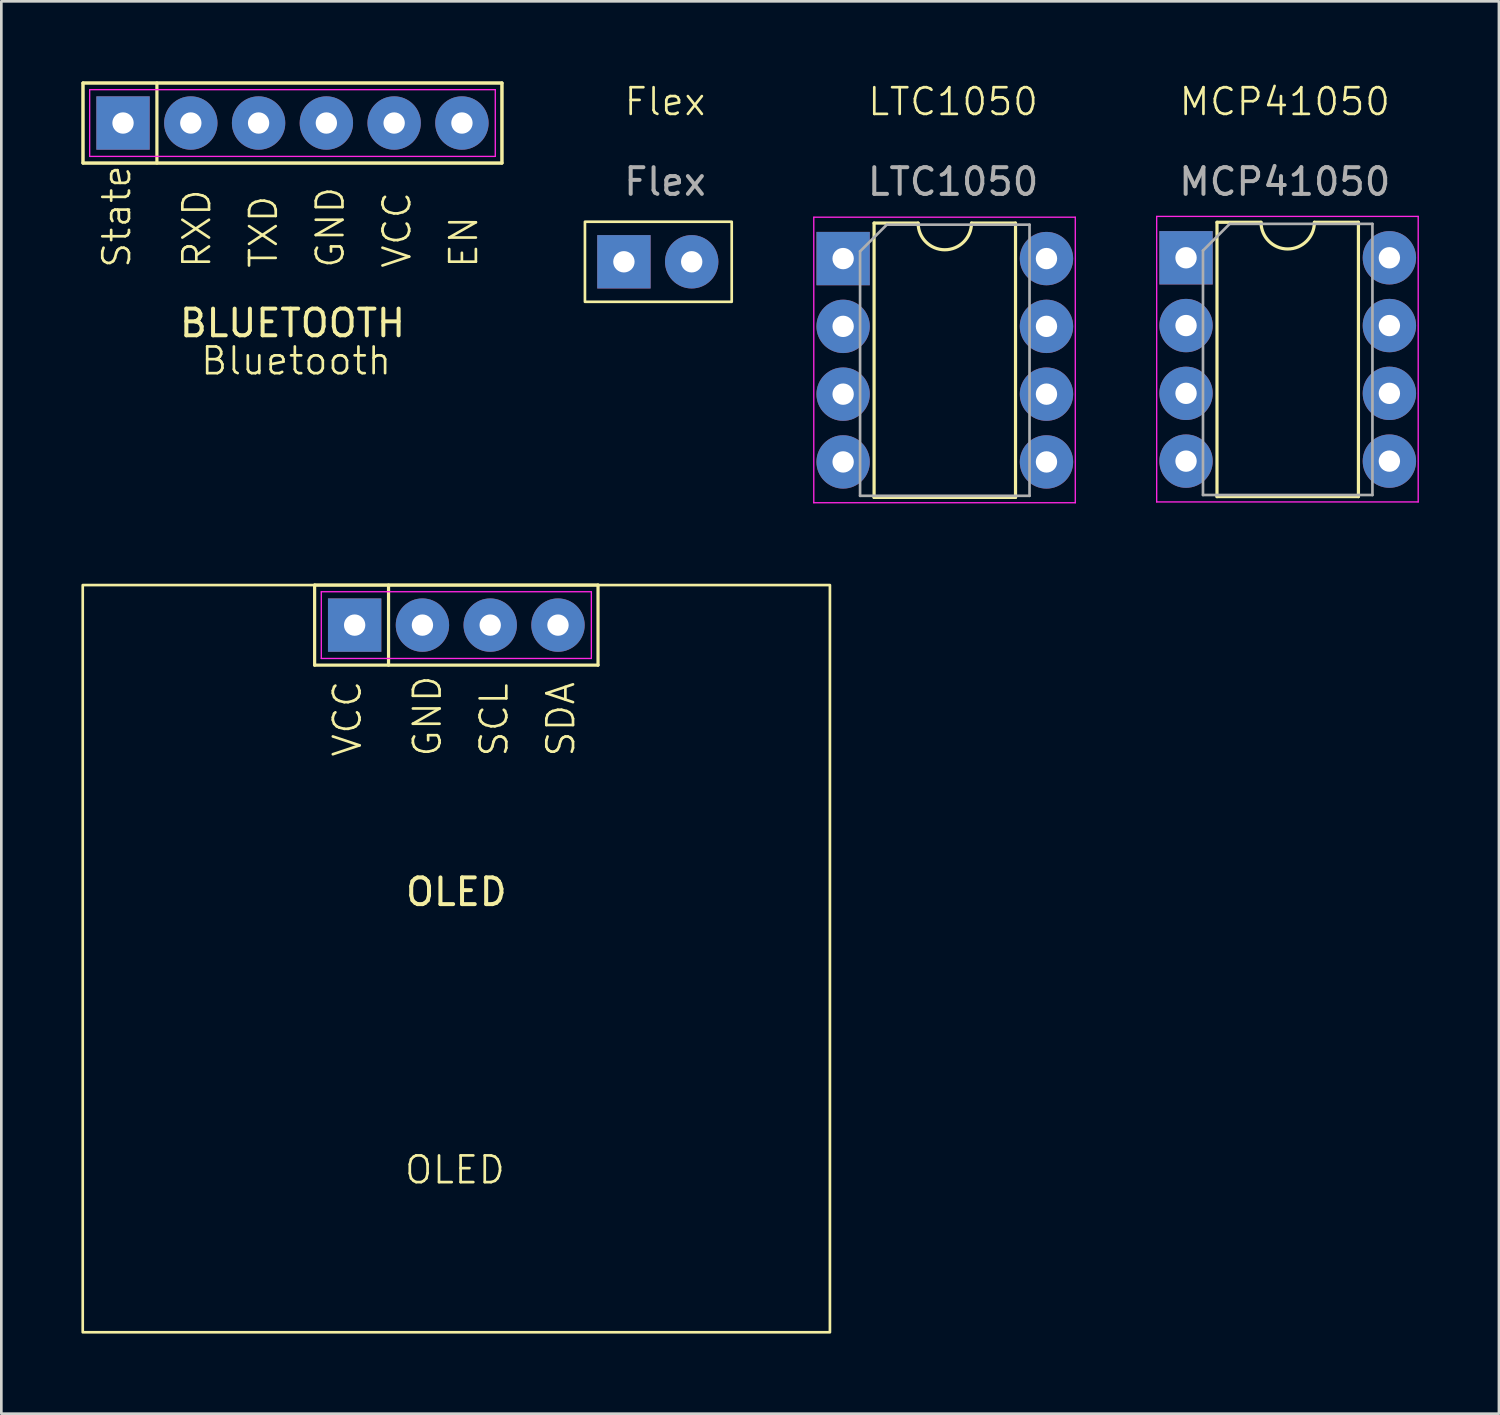
<source format=kicad_pcb>
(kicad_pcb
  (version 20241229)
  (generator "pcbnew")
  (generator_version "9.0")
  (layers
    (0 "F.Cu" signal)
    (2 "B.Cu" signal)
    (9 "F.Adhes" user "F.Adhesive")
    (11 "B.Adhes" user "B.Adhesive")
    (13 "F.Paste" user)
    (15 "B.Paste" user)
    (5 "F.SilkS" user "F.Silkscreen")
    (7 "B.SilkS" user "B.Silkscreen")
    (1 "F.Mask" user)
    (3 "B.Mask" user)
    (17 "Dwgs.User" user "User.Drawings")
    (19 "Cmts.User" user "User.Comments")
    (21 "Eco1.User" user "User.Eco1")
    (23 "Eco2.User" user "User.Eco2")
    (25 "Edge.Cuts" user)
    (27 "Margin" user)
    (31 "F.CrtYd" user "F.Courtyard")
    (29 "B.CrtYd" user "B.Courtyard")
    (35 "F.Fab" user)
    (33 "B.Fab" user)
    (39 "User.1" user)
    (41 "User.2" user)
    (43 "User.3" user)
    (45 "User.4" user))
  (footprint "OLED"
    (layer "F.Cu")
    (at 14.05 20.375)
    (property "Reference" "OLED" (at 0 10 0) (layer "F.SilkS") (effects (font (size 1 1) (thickness 0.15))))
    (attr through_hole)
    (fp_line (start -5.31 -1.5) (end 5.31 -1.5) (stroke (width 0.12) (type default)) (layer "F.SilkS"))
    (fp_line (start -5.31 1.5) (end -5.31 -1.5) (stroke (width 0.12) (type default)) (layer "F.SilkS"))
    (fp_line (start -2.54 -1.5) (end -2.54 1.5) (stroke (width 0.12) (type default)) (layer "F.SilkS"))
    (fp_line (start 5.31 -1.5) (end 5.31 1.5) (stroke (width 0.12) (type default)) (layer "F.SilkS"))
    (fp_line (start 5.31 1.5) (end -5.31 1.5) (stroke (width 0.12) (type default)) (layer "F.SilkS"))
    (fp_rect (start -14 -1.5) (end 14 26.5) (stroke (width 0.1) (type default)) (fill no) (layer "F.SilkS"))
    (fp_line (start -5.06 -1.25) (end 5.06 -1.25) (stroke (width 0.05) (type default)) (layer "F.CrtYd"))
    (fp_line (start -5.06 1.25) (end -5.06 -1.25) (stroke (width 0.05) (type default)) (layer "F.CrtYd"))
    (fp_line (start 5.06 -1.25) (end 5.06 1.25) (stroke (width 0.05) (type default)) (layer "F.CrtYd"))
    (fp_line (start 5.06 1.25) (end -5.06 1.25) (stroke (width 0.05) (type default)) (layer "F.CrtYd"))
    (fp_text user "SDA" (at 4.5 5 90) (unlocked yes) (layer "F.SilkS") (effects (font (size 1 1) (thickness 0.1)) (justify left bottom)))
    (fp_text user "GND" (at -0.5 5 90) (unlocked yes) (layer "F.SilkS") (effects (font (size 1 1) (thickness 0.1)) (justify left bottom)))
    (fp_text user "SCL" (at 2 5 90) (unlocked yes) (layer "F.SilkS") (effects (font (size 1 1) (thickness 0.1)) (justify left bottom)))
    (fp_text user "VCC" (at -3.5 5 90) (unlocked yes) (layer "F.SilkS") (effects (font (size 1 1) (thickness 0.1)) (justify left bottom)))
    (fp_text user "OLED" (at -2 21 0) (unlocked yes) (layer "F.SilkS") (effects (font (size 1 1) (thickness 0.1)) (justify left bottom)))
    (pad "1" thru_hole rect (at -3.81 0) (size 2 2) (drill 0.8) (layers "*.Cu" "*.Mask"))
    (pad "2" thru_hole circle (at -1.27 0) (size 2 2) (drill 0.8) (layers "*.Cu" "*.Mask"))
    (pad "3" thru_hole circle (at 1.27 0) (size 2 2) (drill 0.8) (layers "*.Cu" "*.Mask"))
    (pad "4" thru_hole circle (at 3.81 0) (size 2 2) (drill 0.8) (layers "*.Cu" "*.Mask")))
  (footprint "Flex"
    (layer "F.Cu")
    (at 21.87 1.26)
    (property "Reference" "Flex" (at 0 -0.5 0) (unlocked yes) (layer "F.SilkS") (effects (font (size 1 1) (thickness 0.1))))
    (attr smd)
    (fp_rect (start -3 4) (end 2.5 7) (stroke (width 0.1) (type default)) (fill no) (layer "F.SilkS"))
    (fp_text user "Flex" (at 0 2.5 0) (unlocked yes) (layer "F.Fab") (effects (font (size 1 1) (thickness 0.15))))
    (pad "1" thru_hole rect (at -1.54 5.5 90) (size 2 2) (drill 0.8) (layers "*.Cu" "*.Mask"))
    (pad "2" thru_hole circle (at 1 5.5 90) (size 2 2) (drill 0.8) (layers "*.Cu" "*.Mask")))
  (footprint "LTC1050"
    (layer "F.Cu")
    (at 32.665 1.26)
    (property "Reference" "LTC1050" (at 0 -0.5 0) (unlocked yes) (layer "F.SilkS") (effects (font (size 1 1) (thickness 0.1))))
    (attr smd)
    (fp_line (start -2.96 4.05) (end -2.96 14.33) (stroke (width 0.12) (type solid)) (layer "F.SilkS"))
    (fp_line (start -2.96 14.33) (end 2.34 14.33) (stroke (width 0.12) (type solid)) (layer "F.SilkS"))
    (fp_line (start -1.31 4.05) (end -2.96 4.05) (stroke (width 0.12) (type solid)) (layer "F.SilkS"))
    (fp_line (start 2.34 4.05) (end 0.69 4.05) (stroke (width 0.12) (type solid)) (layer "F.SilkS"))
    (fp_line (start 2.34 14.33) (end 2.34 4.05) (stroke (width 0.12) (type solid)) (layer "F.SilkS"))
    (fp_arc (start 0.69 4.05) (mid -0.31 5.05) (end -1.31 4.05) (stroke (width 0.12) (type solid)) (layer "F.SilkS"))
    (fp_line (start -5.22 3.83) (end -5.22 14.53) (stroke (width 0.05) (type solid)) (layer "F.CrtYd"))
    (fp_line (start -5.22 14.53) (end 4.58 14.53) (stroke (width 0.05) (type solid)) (layer "F.CrtYd"))
    (fp_line (start 4.58 3.83) (end -5.22 3.83) (stroke (width 0.05) (type solid)) (layer "F.CrtYd"))
    (fp_line (start 4.58 14.53) (end 4.58 3.83) (stroke (width 0.05) (type solid)) (layer "F.CrtYd"))
    (fp_line (start -3.485 5.11) (end -2.485 4.11) (stroke (width 0.1) (type solid)) (layer "F.Fab"))
    (fp_line (start -3.485 14.27) (end -3.485 5.11) (stroke (width 0.1) (type solid)) (layer "F.Fab"))
    (fp_line (start -2.485 4.11) (end 2.865 4.11) (stroke (width 0.1) (type solid)) (layer "F.Fab"))
    (fp_line (start 2.865 4.11) (end 2.865 14.27) (stroke (width 0.1) (type solid)) (layer "F.Fab"))
    (fp_line (start 2.865 14.27) (end -3.485 14.27) (stroke (width 0.1) (type solid)) (layer "F.Fab"))
    (fp_text user "LTC1050" (at 0 2.5 0) (unlocked yes) (layer "F.Fab") (effects (font (size 1 1) (thickness 0.15))))
    (pad "1" thru_hole rect (at -4.12 5.38) (size 2 2) (drill 0.8) (layers "*.Cu" "*.Mask"))
    (pad "2" thru_hole circle (at -4.12 7.92) (size 2 2) (drill 0.8) (layers "*.Cu" "*.Mask"))
    (pad "3" thru_hole circle (at -4.12 10.46) (size 2 2) (drill 0.8) (layers "*.Cu" "*.Mask"))
    (pad "4" thru_hole circle (at -4.12 13) (size 2 2) (drill 0.8) (layers "*.Cu" "*.Mask"))
    (pad "5" thru_hole circle (at 3.5 13) (size 2 2) (drill 0.8) (layers "*.Cu" "*.Mask"))
    (pad "6" thru_hole circle (at 3.5 10.46) (size 2 2) (drill 0.8) (layers "*.Cu" "*.Mask"))
    (pad "7" thru_hole circle (at 3.5 7.92) (size 2 2) (drill 0.8) (layers "*.Cu" "*.Mask"))
    (pad "8" thru_hole circle (at 3.5 5.38) (size 2 2) (drill 0.8) (layers "*.Cu" "*.Mask")))
  (footprint "BLUETOOTH"
    (layer "F.Cu")
    (at 7.91 1.56)
    (property "Reference" "BLUETOOTH" (at 0 7.5 0) (layer "F.SilkS") (effects (font (size 1 1) (thickness 0.15))))
    (attr through_hole)
    (fp_line (start -7.85 -1.5) (end 7.85 -1.5) (stroke (width 0.12) (type default)) (layer "F.SilkS"))
    (fp_line (start -7.85 1.5) (end -7.85 -1.5) (stroke (width 0.12) (type default)) (layer "F.SilkS"))
    (fp_line (start -5.08 -1.5) (end -5.08 1.5) (stroke (width 0.12) (type default)) (layer "F.SilkS"))
    (fp_line (start 7.85 -1.5) (end 7.85 1.5) (stroke (width 0.12) (type default)) (layer "F.SilkS"))
    (fp_line (start 7.85 1.5) (end -7.85 1.5) (stroke (width 0.12) (type default)) (layer "F.SilkS"))
    (fp_rect (start -7.85 -1.5) (end 7.85 1.5) (stroke (width 0.1) (type default)) (fill no) (layer "F.SilkS"))
    (fp_line (start -7.6 -1.25) (end 7.6 -1.25) (stroke (width 0.05) (type default)) (layer "F.CrtYd"))
    (fp_line (start -7.6 1.25) (end -7.6 -1.25) (stroke (width 0.05) (type default)) (layer "F.CrtYd"))
    (fp_line (start 7.6 -1.25) (end 7.6 1.25) (stroke (width 0.05) (type default)) (layer "F.CrtYd"))
    (fp_line (start 7.6 1.25) (end -7.6 1.25) (stroke (width 0.05) (type default)) (layer "F.CrtYd"))
    (fp_text user "TXD" (at -0.5 5.5 90) (unlocked yes) (layer "F.SilkS") (effects (font (size 1 1) (thickness 0.1)) (justify left bottom)))
    (fp_text user "RXD" (at -3 5.5 90) (unlocked yes) (layer "F.SilkS") (effects (font (size 1 1) (thickness 0.1)) (justify left bottom)))
    (fp_text user "State" (at -6 5.5 90) (unlocked yes) (layer "F.SilkS") (effects (font (size 1 1) (thickness 0.1)) (justify left bottom)))
    (fp_text user "Bluetooth" (at -3.5 9.5 0) (unlocked yes) (layer "F.SilkS") (effects (font (size 1 1) (thickness 0.1)) (justify left bottom)))
    (fp_text user "GND" (at 2 5.5 90) (unlocked yes) (layer "F.SilkS") (effects (font (size 1 1) (thickness 0.1)) (justify left bottom)))
    (fp_text user "EN" (at 7 5.5 90) (unlocked yes) (layer "F.SilkS") (effects (font (size 1 1) (thickness 0.1)) (justify left bottom)))
    (fp_text user "VCC" (at 4.5 5.5 90) (unlocked yes) (layer "F.SilkS") (effects (font (size 1 1) (thickness 0.1)) (justify left bottom)))
    (pad "1" thru_hole rect (at -6.35 0) (size 2 2) (drill 0.8) (layers "*.Cu" "*.Mask"))
    (pad "2" thru_hole circle (at -3.81 0) (size 2 2) (drill 0.8) (layers "*.Cu" "*.Mask"))
    (pad "3" thru_hole circle (at -1.27 0) (size 2 2) (drill 0.8) (layers "*.Cu" "*.Mask"))
    (pad "4" thru_hole circle (at 1.27 0) (size 2 2) (drill 0.8) (layers "*.Cu" "*.Mask"))
    (pad "5" thru_hole circle (at 3.81 0) (size 2 2) (drill 0.8) (layers "*.Cu" "*.Mask"))
    (pad "6" thru_hole circle (at 6.35 0) (size 2 2) (drill 0.8) (layers "*.Cu" "*.Mask")))
  (footprint "MCP41050"
    (layer "F.Cu")
    (at 45.095 1.26)
    (property "Reference" "MCP41050" (at 0 -0.5 0) (unlocked yes) (layer "F.SilkS") (effects (font (size 1 1) (thickness 0.1))))
    (attr smd)
    (fp_line (start -2.54 4.02) (end -2.54 14.3) (stroke (width 0.12) (type solid)) (layer "F.SilkS"))
    (fp_line (start -2.54 14.3) (end 2.76 14.3) (stroke (width 0.12) (type solid)) (layer "F.SilkS"))
    (fp_line (start -0.89 4.02) (end -2.54 4.02) (stroke (width 0.12) (type solid)) (layer "F.SilkS"))
    (fp_line (start 2.76 4.02) (end 1.11 4.02) (stroke (width 0.12) (type solid)) (layer "F.SilkS"))
    (fp_line (start 2.76 14.3) (end 2.76 4.02) (stroke (width 0.12) (type solid)) (layer "F.SilkS"))
    (fp_arc (start 1.11 4.02) (mid 0.11 5.02) (end -0.89 4.02) (stroke (width 0.12) (type solid)) (layer "F.SilkS"))
    (fp_line (start -4.8 3.8) (end -4.8 14.5) (stroke (width 0.05) (type solid)) (layer "F.CrtYd"))
    (fp_line (start -4.8 14.5) (end 5 14.5) (stroke (width 0.05) (type solid)) (layer "F.CrtYd"))
    (fp_line (start 5 3.8) (end -4.8 3.8) (stroke (width 0.05) (type solid)) (layer "F.CrtYd"))
    (fp_line (start 5 14.5) (end 5 3.8) (stroke (width 0.05) (type solid)) (layer "F.CrtYd"))
    (fp_line (start -3.065 5.08) (end -2.065 4.08) (stroke (width 0.1) (type solid)) (layer "F.Fab"))
    (fp_line (start -3.065 14.24) (end -3.065 5.08) (stroke (width 0.1) (type solid)) (layer "F.Fab"))
    (fp_line (start -2.065 4.08) (end 3.285 4.08) (stroke (width 0.1) (type solid)) (layer "F.Fab"))
    (fp_line (start 3.285 4.08) (end 3.285 14.24) (stroke (width 0.1) (type solid)) (layer "F.Fab"))
    (fp_line (start 3.285 14.24) (end -3.065 14.24) (stroke (width 0.1) (type solid)) (layer "F.Fab"))
    (fp_text user "MCP41050" (at 0 2.5 0) (unlocked yes) (layer "F.Fab") (effects (font (size 1 1) (thickness 0.15))))
    (pad "1" thru_hole rect (at -3.7 5.35) (size 2 2) (drill 0.8) (layers "*.Cu" "*.Mask"))
    (pad "2" thru_hole circle (at -3.7 7.89) (size 2 2) (drill 0.8) (layers "*.Cu" "*.Mask"))
    (pad "3" thru_hole circle (at -3.7 10.43) (size 2 2) (drill 0.8) (layers "*.Cu" "*.Mask"))
    (pad "4" thru_hole circle (at -3.7 12.97) (size 2 2) (drill 0.8) (layers "*.Cu" "*.Mask"))
    (pad "5" thru_hole circle (at 3.92 12.97) (size 2 2) (drill 0.8) (layers "*.Cu" "*.Mask"))
    (pad "6" thru_hole circle (at 3.92 10.43) (size 2 2) (drill 0.8) (layers "*.Cu" "*.Mask"))
    (pad "7" thru_hole circle (at 3.92 7.89) (size 2 2) (drill 0.8) (layers "*.Cu" "*.Mask"))
    (pad "8" thru_hole circle (at 3.92 5.35) (size 2 2) (drill 0.8) (layers "*.Cu" "*.Mask")))
  (gr_rect
    (start -3 -3)
    (end 53.12 49.925)
    (stroke (width 0.1) (type default))
    (fill no)
    (layer "Edge.Cuts")))
</source>
